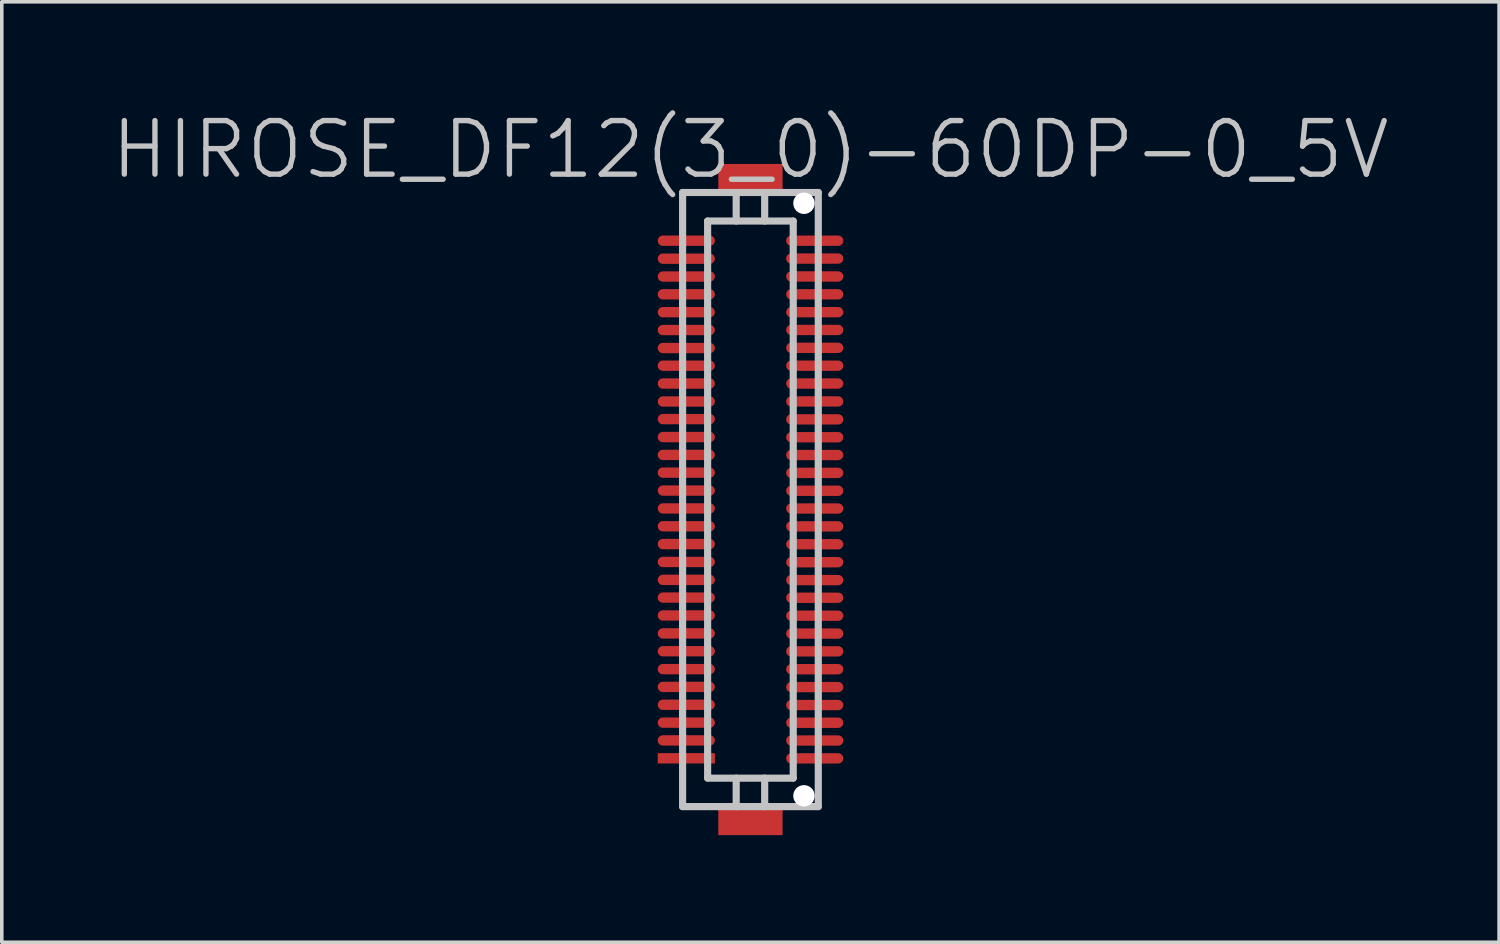
<source format=kicad_pcb>
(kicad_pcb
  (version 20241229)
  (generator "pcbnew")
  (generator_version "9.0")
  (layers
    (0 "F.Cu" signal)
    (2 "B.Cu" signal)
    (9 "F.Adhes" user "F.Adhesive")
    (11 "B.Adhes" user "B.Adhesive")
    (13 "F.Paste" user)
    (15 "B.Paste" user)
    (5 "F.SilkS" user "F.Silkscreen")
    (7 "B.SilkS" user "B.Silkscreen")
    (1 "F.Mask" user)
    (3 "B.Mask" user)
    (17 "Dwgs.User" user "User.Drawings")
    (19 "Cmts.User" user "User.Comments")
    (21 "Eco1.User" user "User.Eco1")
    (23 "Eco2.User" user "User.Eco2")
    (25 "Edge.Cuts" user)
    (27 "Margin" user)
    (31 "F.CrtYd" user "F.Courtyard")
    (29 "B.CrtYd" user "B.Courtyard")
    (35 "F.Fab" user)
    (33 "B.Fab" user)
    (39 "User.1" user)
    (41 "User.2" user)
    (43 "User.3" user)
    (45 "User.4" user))
  (footprint "HIROSE_DF12(3_0)-60DP-0_5V"
    (layer "F.Cu")
    (at 17.968 10.941)
    (property "Reference" "HIROSE_DF12(3_0)-60DP-0_5V" (at 0 -9.8 180) (layer "Dwgs.User") (effects (font (size 1.5 1.5) (thickness 0.15))))
    (attr smd)
    (fp_line (start -1.9 -8.6) (end -1.9 8.6) (stroke (width 0.2) (type solid)) (layer "Dwgs.User"))
    (fp_line (start -1.9 8.6) (end 1.9 8.6) (stroke (width 0.2) (type solid)) (layer "Dwgs.User"))
    (fp_line (start -1.199 -7.8) (end 1.199 -7.8) (stroke (width 0.2) (type solid)) (layer "Dwgs.User"))
    (fp_line (start -1.199 7.8) (end -1.199 -7.8) (stroke (width 0.2) (type solid)) (layer "Dwgs.User"))
    (fp_line (start -0.399 -7.8) (end -0.399 -8.6) (stroke (width 0.2) (type solid)) (layer "Dwgs.User"))
    (fp_line (start -0.399 8.603) (end -0.399 7.803) (stroke (width 0.2) (type solid)) (layer "Dwgs.User"))
    (fp_line (start 0.399 -7.8) (end 0.399 -8.6) (stroke (width 0.2) (type solid)) (layer "Dwgs.User"))
    (fp_line (start 0.399 7.803) (end 0.399 8.603) (stroke (width 0.2) (type solid)) (layer "Dwgs.User"))
    (fp_line (start 1.199 -7.8) (end 1.199 7.8) (stroke (width 0.2) (type solid)) (layer "Dwgs.User"))
    (fp_line (start 1.199 7.803) (end -1.199 7.803) (stroke (width 0.2) (type solid)) (layer "Dwgs.User"))
    (fp_line (start 1.9 -8.6) (end -1.9 -8.6) (stroke (width 0.2) (type solid)) (layer "Dwgs.User"))
    (fp_line (start 1.9 8.6) (end 1.9 -8.6) (stroke (width 0.2) (type solid)) (layer "Dwgs.User"))
    (pad "" smd rect (at 0 -8.999 270) (size 0.8 1.8) (layers "F.Cu" "F.Mask" "F.Paste"))
    (pad "" smd rect (at 0 8.999 270) (size 0.8 1.8) (layers "F.Cu" "F.Mask" "F.Paste"))
    (pad "" np_thru_hole circle (at 1.499 -8.298 270) (size 0.6 0.6) (drill 0.6) (layers "*.Cu" "*.Mask"))
    (pad "" np_thru_hole circle (at 1.499 8.298 270) (size 0.6 0.6) (drill 0.6) (layers "*.Cu" "*.Mask"))
    (pad "1" smd rect (at -1.796 7.247 270) (size 0.29 1.6) (layers "F.Cu" "F.Mask" "F.Paste"))
    (pad "2" smd oval (at -1.796 6.746 270) (size 0.29 1.6) (layers "F.Cu" "F.Mask" "F.Paste"))
    (pad "3" smd oval (at -1.796 6.248 270) (size 0.29 1.6) (layers "F.Cu" "F.Mask" "F.Paste"))
    (pad "4" smd oval (at -1.796 5.748 270) (size 0.29 1.6) (layers "F.Cu" "F.Mask" "F.Paste"))
    (pad "5" smd oval (at -1.796 5.248 270) (size 0.29 1.6) (layers "F.Cu" "F.Mask" "F.Paste"))
    (pad "6" smd oval (at -1.796 4.75 270) (size 0.29 1.6) (layers "F.Cu" "F.Mask" "F.Paste"))
    (pad "7" smd oval (at -1.796 4.249 270) (size 0.29 1.6) (layers "F.Cu" "F.Mask" "F.Paste"))
    (pad "8" smd oval (at -1.796 3.749 270) (size 0.29 1.6) (layers "F.Cu" "F.Mask" "F.Paste"))
    (pad "9" smd oval (at -1.796 3.246 270) (size 0.29 1.6) (layers "F.Cu" "F.Mask" "F.Paste"))
    (pad "10" smd oval (at -1.796 2.746 270) (size 0.29 1.6) (layers "F.Cu" "F.Mask" "F.Paste"))
    (pad "11" smd oval (at -1.796 2.25 270) (size 0.29 1.6) (layers "F.Cu" "F.Mask" "F.Paste"))
    (pad "12" smd oval (at -1.796 1.748 270) (size 0.29 1.6) (layers "F.Cu" "F.Mask" "F.Paste"))
    (pad "13" smd oval (at -1.796 1.247 270) (size 0.29 1.6) (layers "F.Cu" "F.Mask" "F.Paste"))
    (pad "14" smd oval (at -1.796 0.749 270) (size 0.29 1.6) (layers "F.Cu" "F.Mask" "F.Paste"))
    (pad "15" smd oval (at -1.796 0.249 270) (size 0.29 1.6) (layers "F.Cu" "F.Mask" "F.Paste"))
    (pad "16" smd oval (at -1.796 -0.251 270) (size 0.29 1.6) (layers "F.Cu" "F.Mask" "F.Paste"))
    (pad "17" smd oval (at -1.796 -0.754 270) (size 0.29 1.6) (layers "F.Cu" "F.Mask" "F.Paste"))
    (pad "18" smd oval (at -1.796 -1.25 270) (size 0.29 1.6) (layers "F.Cu" "F.Mask" "F.Paste"))
    (pad "19" smd oval (at -1.796 -1.75 270) (size 0.29 1.6) (layers "F.Cu" "F.Mask" "F.Paste"))
    (pad "20" smd oval (at -1.796 -2.253 270) (size 0.29 1.6) (layers "F.Cu" "F.Mask" "F.Paste"))
    (pad "21" smd oval (at -1.796 -2.746 270) (size 0.29 1.6) (layers "F.Cu" "F.Mask" "F.Paste"))
    (pad "22" smd oval (at -1.796 -3.249 270) (size 0.29 1.6) (layers "F.Cu" "F.Mask" "F.Paste"))
    (pad "23" smd oval (at -1.796 -3.749 270) (size 0.29 1.6) (layers "F.Cu" "F.Mask" "F.Paste"))
    (pad "24" smd oval (at -1.796 -4.244 270) (size 0.29 1.6) (layers "F.Cu" "F.Mask" "F.Paste"))
    (pad "25" smd oval (at -1.796 -4.747 270) (size 0.29 1.6) (layers "F.Cu" "F.Mask" "F.Paste"))
    (pad "26" smd oval (at -1.796 -5.248 270) (size 0.29 1.6) (layers "F.Cu" "F.Mask" "F.Paste"))
    (pad "27" smd oval (at -1.796 -5.748 270) (size 0.29 1.6) (layers "F.Cu" "F.Mask" "F.Paste"))
    (pad "28" smd oval (at -1.796 -6.246 270) (size 0.29 1.6) (layers "F.Cu" "F.Mask" "F.Paste"))
    (pad "29" smd oval (at -1.796 -6.746 270) (size 0.29 1.6) (layers "F.Cu" "F.Mask" "F.Paste"))
    (pad "30" smd oval (at -1.796 -7.249 270) (size 0.29 1.6) (layers "F.Cu" "F.Mask" "F.Paste"))
    (pad "31" smd oval (at 1.801 -7.249 270) (size 0.29 1.6) (layers "F.Cu" "F.Mask" "F.Paste"))
    (pad "32" smd oval (at 1.801 -6.749 270) (size 0.29 1.6) (layers "F.Cu" "F.Mask" "F.Paste"))
    (pad "33" smd oval (at 1.801 -6.248 270) (size 0.29 1.6) (layers "F.Cu" "F.Mask" "F.Paste"))
    (pad "34" smd oval (at 1.801 -5.748 270) (size 0.29 1.6) (layers "F.Cu" "F.Mask" "F.Paste"))
    (pad "35" smd oval (at 1.801 -5.248 270) (size 0.29 1.6) (layers "F.Cu" "F.Mask" "F.Paste"))
    (pad "36" smd oval (at 1.801 -4.75 270) (size 0.29 1.6) (layers "F.Cu" "F.Mask" "F.Paste"))
    (pad "37" smd oval (at 1.801 -4.249 270) (size 0.29 1.6) (layers "F.Cu" "F.Mask" "F.Paste"))
    (pad "38" smd oval (at 1.801 -3.749 270) (size 0.29 1.6) (layers "F.Cu" "F.Mask" "F.Paste"))
    (pad "39" smd oval (at 1.801 -3.249 270) (size 0.29 1.6) (layers "F.Cu" "F.Mask" "F.Paste"))
    (pad "40" smd oval (at 1.801 -2.748 270) (size 0.29 1.6) (layers "F.Cu" "F.Mask" "F.Paste"))
    (pad "41" smd oval (at 1.801 -2.245 270) (size 0.29 1.6) (layers "F.Cu" "F.Mask" "F.Paste"))
    (pad "42" smd oval (at 1.801 -1.745 270) (size 0.29 1.6) (layers "F.Cu" "F.Mask" "F.Paste"))
    (pad "43" smd oval (at 1.801 -1.247 270) (size 0.29 1.6) (layers "F.Cu" "F.Mask" "F.Paste"))
    (pad "44" smd oval (at 1.801 -0.747 270) (size 0.29 1.6) (layers "F.Cu" "F.Mask" "F.Paste"))
    (pad "45" smd oval (at 1.801 -0.246 270) (size 0.29 1.6) (layers "F.Cu" "F.Mask" "F.Paste"))
    (pad "46" smd oval (at 1.801 0.251 270) (size 0.29 1.6) (layers "F.Cu" "F.Mask" "F.Paste"))
    (pad "47" smd oval (at 1.801 0.752 270) (size 0.29 1.6) (layers "F.Cu" "F.Mask" "F.Paste"))
    (pad "48" smd oval (at 1.801 1.252 270) (size 0.29 1.6) (layers "F.Cu" "F.Mask" "F.Paste"))
    (pad "49" smd oval (at 1.801 1.755 270) (size 0.29 1.6) (layers "F.Cu" "F.Mask" "F.Paste"))
    (pad "50" smd oval (at 1.801 2.256 270) (size 0.29 1.6) (layers "F.Cu" "F.Mask" "F.Paste"))
    (pad "51" smd oval (at 1.801 2.751 270) (size 0.29 1.6) (layers "F.Cu" "F.Mask" "F.Paste"))
    (pad "52" smd oval (at 1.801 3.254 270) (size 0.29 1.6) (layers "F.Cu" "F.Mask" "F.Paste"))
    (pad "53" smd oval (at 1.801 3.754 270) (size 0.29 1.6) (layers "F.Cu" "F.Mask" "F.Paste"))
    (pad "54" smd oval (at 1.801 4.252 270) (size 0.29 1.6) (layers "F.Cu" "F.Mask" "F.Paste"))
    (pad "55" smd oval (at 1.801 4.752 270) (size 0.29 1.6) (layers "F.Cu" "F.Mask" "F.Paste"))
    (pad "56" smd oval (at 1.801 5.253 270) (size 0.29 1.6) (layers "F.Cu" "F.Mask" "F.Paste"))
    (pad "57" smd oval (at 1.801 5.756 270) (size 0.29 1.6) (layers "F.Cu" "F.Mask" "F.Paste"))
    (pad "58" smd oval (at 1.801 6.251 270) (size 0.29 1.6) (layers "F.Cu" "F.Mask" "F.Paste"))
    (pad "59" smd oval (at 1.801 6.749 270) (size 0.29 1.6) (layers "F.Cu" "F.Mask" "F.Paste"))
    (pad "60" smd oval (at 1.801 7.249 270) (size 0.29 1.6) (layers "F.Cu" "F.Mask" "F.Paste")))
  (gr_rect
    (start -3 -3)
    (end 38.936 23.34)
    (stroke (width 0.1) (type default))
    (fill no)
    (layer "Edge.Cuts")))
</source>
